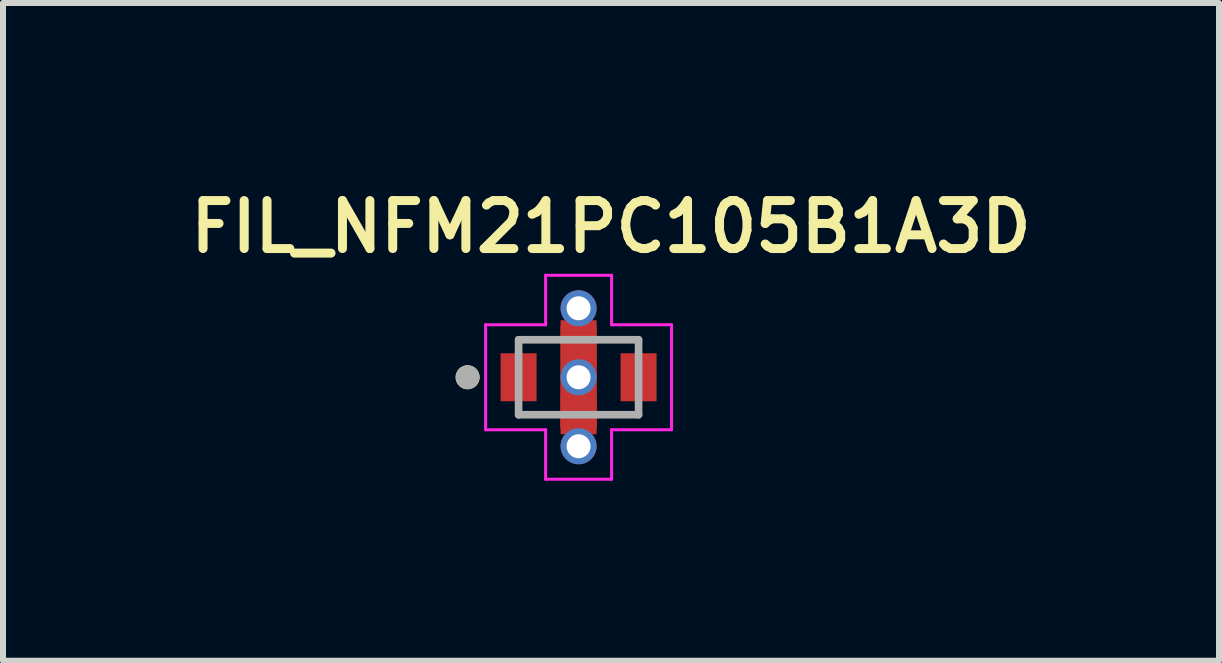
<source format=kicad_pcb>
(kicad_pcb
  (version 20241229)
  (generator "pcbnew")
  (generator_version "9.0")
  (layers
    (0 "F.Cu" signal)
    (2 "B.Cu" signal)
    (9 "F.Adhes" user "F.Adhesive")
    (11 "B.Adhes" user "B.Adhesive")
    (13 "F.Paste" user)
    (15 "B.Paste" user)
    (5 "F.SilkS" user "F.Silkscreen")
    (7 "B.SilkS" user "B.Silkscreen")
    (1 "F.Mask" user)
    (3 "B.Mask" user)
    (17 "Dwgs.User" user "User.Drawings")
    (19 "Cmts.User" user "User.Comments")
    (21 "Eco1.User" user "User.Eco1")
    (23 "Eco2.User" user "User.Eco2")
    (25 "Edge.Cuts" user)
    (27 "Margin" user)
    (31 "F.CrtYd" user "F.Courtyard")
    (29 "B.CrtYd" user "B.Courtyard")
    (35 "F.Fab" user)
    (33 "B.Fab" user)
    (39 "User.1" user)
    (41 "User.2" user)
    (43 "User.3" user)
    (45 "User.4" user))
  (footprint "FIL_NFM21PC105B1A3D"
    (layer "F.Cu")
    (at 6.595 3.239)
    (property "Reference" "FIL_NFM21PC105B1A3D" (at 0.54 -2.508 0) (layer "F.SilkS") (effects (font (size 0.8 0.8) (thickness 0.15))))
    (attr smd)
    (fp_poly (pts (xy -1.3 -0.4) (xy -0.7 -0.4) (xy -0.7 0.4) (xy -1.3 0.4)) (stroke (width 0.01) (type solid)) (fill yes) (layer "F.Mask"))
    (fp_poly (pts (xy -0.3 -0.95) (xy 0.3 -0.95) (xy 0.3 -0.3) (xy -0.3 -0.3)) (stroke (width 0.01) (type solid)) (fill yes) (layer "F.Mask"))
    (fp_poly (pts (xy -0.3 0.3) (xy 0.3 0.3) (xy 0.3 0.95) (xy -0.3 0.95)) (stroke (width 0.01) (type solid)) (fill yes) (layer "F.Mask"))
    (fp_poly (pts (xy 0.7 -0.4) (xy 1.3 -0.4) (xy 1.3 0.4) (xy 0.7 0.4)) (stroke (width 0.01) (type solid)) (fill yes) (layer "F.Mask"))
    (fp_circle (center -1.85 0) (end -1.75 0) (stroke (width 0.2) (type solid)) (fill no) (layer "F.SilkS"))
    (fp_line (start -1.55 -0.875) (end -0.55 -0.875) (stroke (width 0.05) (type solid)) (layer "F.CrtYd"))
    (fp_line (start -1.55 0.875) (end -1.55 -0.875) (stroke (width 0.05) (type solid)) (layer "F.CrtYd"))
    (fp_line (start -0.55 -1.7) (end 0.55 -1.7) (stroke (width 0.05) (type solid)) (layer "F.CrtYd"))
    (fp_line (start -0.55 -0.875) (end -0.55 -1.7) (stroke (width 0.05) (type solid)) (layer "F.CrtYd"))
    (fp_line (start -0.55 0.875) (end -1.55 0.875) (stroke (width 0.05) (type solid)) (layer "F.CrtYd"))
    (fp_line (start -0.55 1.7) (end -0.55 0.875) (stroke (width 0.05) (type solid)) (layer "F.CrtYd"))
    (fp_line (start 0.55 -1.7) (end 0.55 -0.875) (stroke (width 0.05) (type solid)) (layer "F.CrtYd"))
    (fp_line (start 0.55 -0.875) (end 1.55 -0.875) (stroke (width 0.05) (type solid)) (layer "F.CrtYd"))
    (fp_line (start 0.55 0.875) (end 0.55 1.7) (stroke (width 0.05) (type solid)) (layer "F.CrtYd"))
    (fp_line (start 0.55 1.7) (end -0.55 1.7) (stroke (width 0.05) (type solid)) (layer "F.CrtYd"))
    (fp_line (start 1.55 -0.875) (end 1.55 0.875) (stroke (width 0.05) (type solid)) (layer "F.CrtYd"))
    (fp_line (start 1.55 0.875) (end 0.55 0.875) (stroke (width 0.05) (type solid)) (layer "F.CrtYd"))
    (fp_line (start -1 -0.625) (end -1 0.625) (stroke (width 0.127) (type solid)) (layer "F.Fab"))
    (fp_line (start -1 0.625) (end 1 0.625) (stroke (width 0.127) (type solid)) (layer "F.Fab"))
    (fp_line (start 1 -0.625) (end -1 -0.625) (stroke (width 0.127) (type solid)) (layer "F.Fab"))
    (fp_line (start 1 0.625) (end 1 -0.625) (stroke (width 0.127) (type solid)) (layer "F.Fab"))
    (fp_circle (center -1.85 0) (end -1.75 0) (stroke (width 0.2) (type solid)) (fill no) (layer "F.Fab"))
    (pad "1" smd rect (at -1 0) (size 0.6 0.8) (layers "F.Cu" "F.Paste"))
    (pad "2" smd custom (at 0 -0.625) (size 0.6 0.65) (layers "F.Cu" "F.Paste") (options (anchor rect)) (primitives (gr_poly (pts (xy -0.3 -0.225) (xy 0.3 -0.225) (xy 0.3 1.475) (xy -0.3 1.475)) (width 0.01) (fill yes))))
    (pad "2_1" smd rect (at 0 0.625) (size 0.6 0.65) (layers "F.Cu" "F.Paste"))
    (pad "2_2" thru_hole circle (at 0 -1.15) (size 0.6 0.6) (drill 0.4) (layers "*.Cu"))
    (pad "2_3" thru_hole circle (at 0 0) (size 0.6 0.6) (drill 0.4) (layers "*.Cu"))
    (pad "2_4" thru_hole circle (at 0 1.15) (size 0.6 0.6) (drill 0.4) (layers "*.Cu"))
    (pad "3" smd rect (at 1 0) (size 0.6 0.8) (layers "F.Cu" "F.Paste")))
  (gr_rect
    (start -3 -3)
    (end 17.271 7.964)
    (stroke (width 0.1) (type default))
    (fill no)
    (layer "Edge.Cuts")))
</source>
